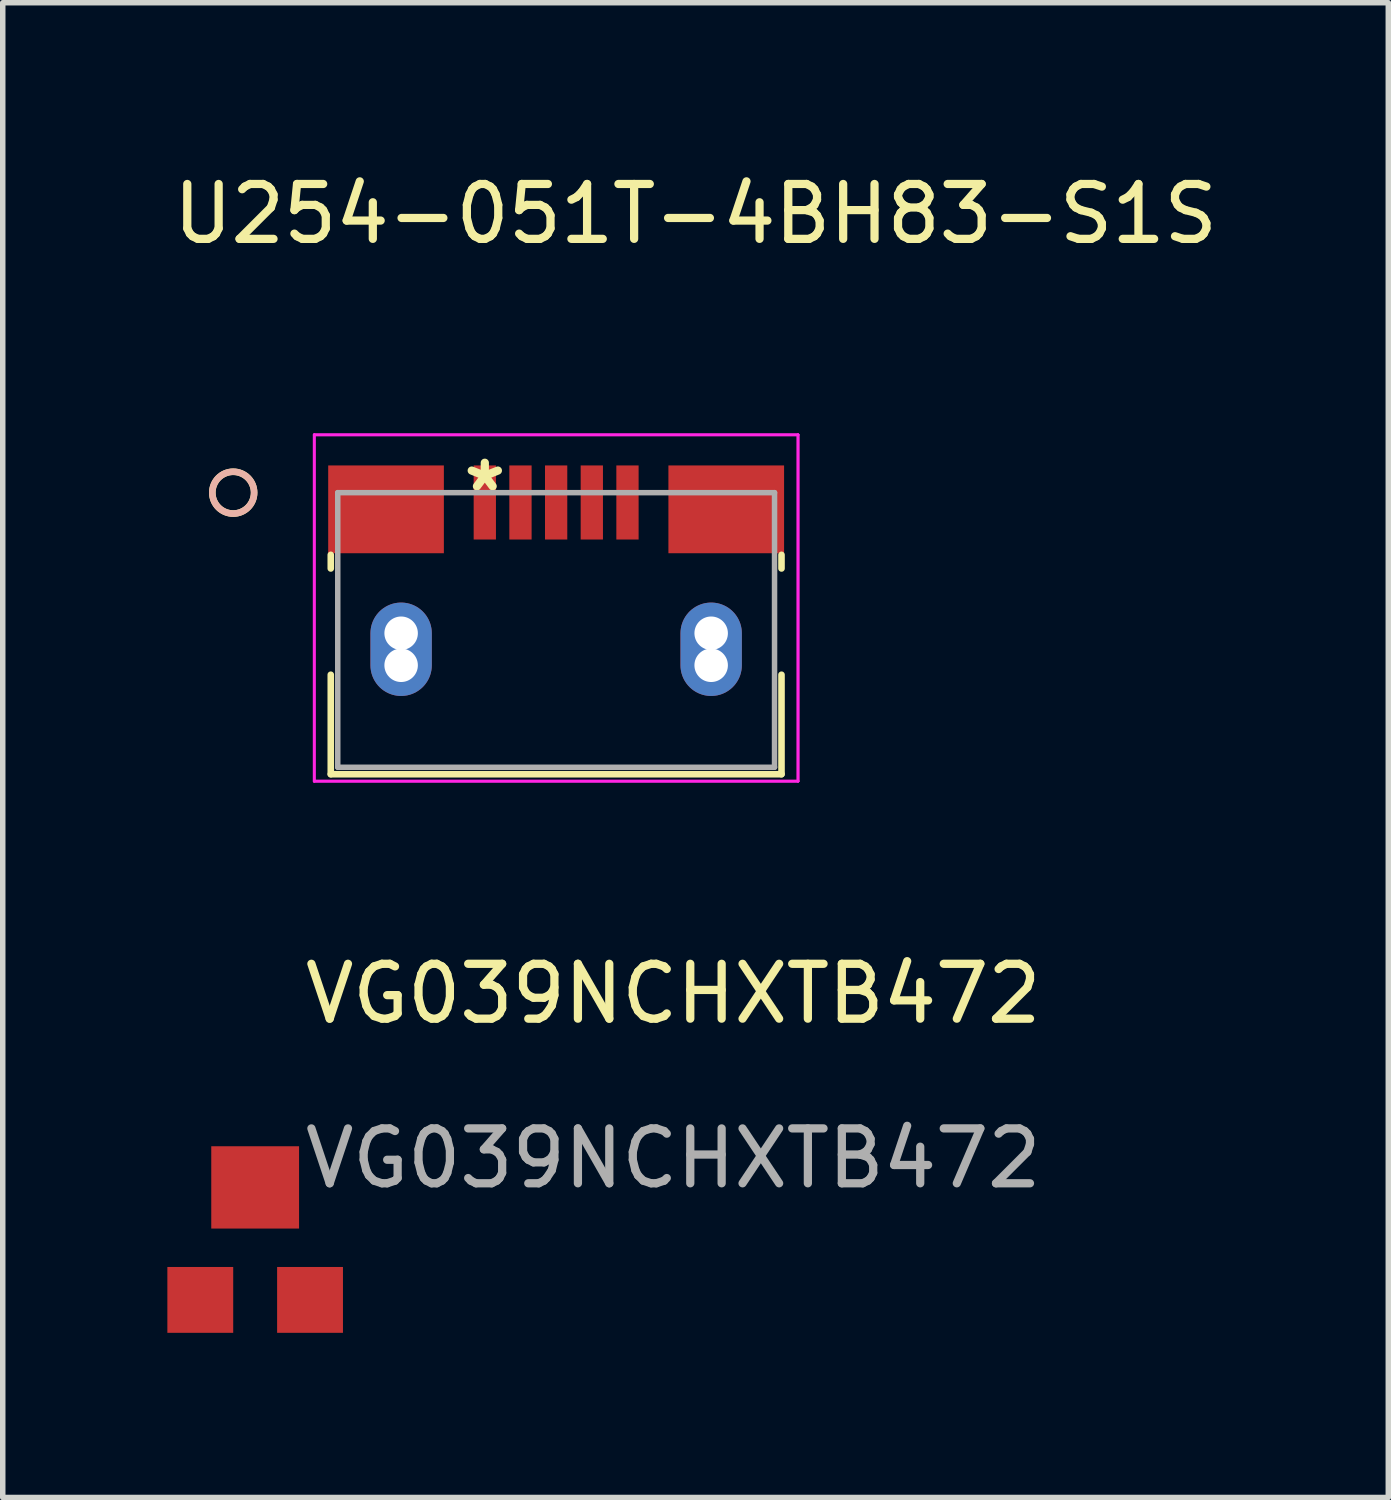
<source format=kicad_pcb>
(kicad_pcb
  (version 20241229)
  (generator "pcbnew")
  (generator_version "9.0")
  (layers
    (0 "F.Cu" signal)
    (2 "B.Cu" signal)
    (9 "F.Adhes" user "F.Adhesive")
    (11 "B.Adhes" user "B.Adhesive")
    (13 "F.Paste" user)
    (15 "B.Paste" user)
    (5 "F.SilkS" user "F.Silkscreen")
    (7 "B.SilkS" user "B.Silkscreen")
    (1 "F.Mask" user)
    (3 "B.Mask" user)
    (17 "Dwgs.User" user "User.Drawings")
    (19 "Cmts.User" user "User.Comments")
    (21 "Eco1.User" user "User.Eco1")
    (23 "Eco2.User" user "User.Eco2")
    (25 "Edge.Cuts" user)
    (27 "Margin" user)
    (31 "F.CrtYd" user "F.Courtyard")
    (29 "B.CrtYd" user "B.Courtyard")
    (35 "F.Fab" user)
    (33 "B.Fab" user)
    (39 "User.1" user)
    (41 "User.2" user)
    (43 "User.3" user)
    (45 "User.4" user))
  (footprint "U254-051T-4BH83-S1S"
    (layer "F.Cu")
    (at 5.785 5.928)
    (property "Reference" "U254-051T-4BH83-S1S" (at 3.84 -5.08 0) (layer "F.SilkS") (effects (font (size 1 1) (thickness 0.15))))
    (attr through_hole)
    (fp_line (start -2.807 1.133) (end -2.807 1.382) (stroke (width 0.12) (type solid)) (layer "F.SilkS"))
    (fp_line (start -2.807 3.318) (end -2.807 5.131) (stroke (width 0.12) (type solid)) (layer "F.SilkS"))
    (fp_line (start -2.807 5.131) (end 5.407 5.131) (stroke (width 0.12) (type solid)) (layer "F.SilkS"))
    (fp_line (start 5.407 1.382) (end 5.407 1.133) (stroke (width 0.12) (type solid)) (layer "F.SilkS"))
    (fp_line (start 5.407 5.131) (end 5.407 3.318) (stroke (width 0.12) (type solid)) (layer "F.SilkS"))
    (fp_circle (center -4.585 0) (end -4.204 0) (stroke (width 0.12) (type solid)) (fill no) (layer "F.SilkS"))
    (fp_circle (center -4.585 0) (end -4.204 0) (stroke (width 0.12) (type solid)) (fill no) (layer "B.SilkS"))
    (fp_line (start -3.108 -1.054) (end -3.108 5.258) (stroke (width 0.05) (type solid)) (layer "F.CrtYd"))
    (fp_line (start -3.108 -1.054) (end -3.108 5.258) (stroke (width 0.05) (type solid)) (layer "F.CrtYd"))
    (fp_line (start -3.108 5.258) (end 5.708 5.258) (stroke (width 0.05) (type solid)) (layer "F.CrtYd"))
    (fp_line (start -3.108 5.258) (end 5.708 5.258) (stroke (width 0.05) (type solid)) (layer "F.CrtYd"))
    (fp_line (start 5.708 -1.054) (end -3.108 -1.054) (stroke (width 0.05) (type solid)) (layer "F.CrtYd"))
    (fp_line (start 5.708 -1.054) (end -3.108 -1.054) (stroke (width 0.05) (type solid)) (layer "F.CrtYd"))
    (fp_line (start 5.708 5.258) (end 5.708 -1.054) (stroke (width 0.05) (type solid)) (layer "F.CrtYd"))
    (fp_line (start 5.708 5.258) (end 5.708 -1.054) (stroke (width 0.05) (type solid)) (layer "F.CrtYd"))
    (fp_line (start -2.68 0) (end -2.68 5.004) (stroke (width 0.1) (type solid)) (layer "F.Fab"))
    (fp_line (start -2.68 5.004) (end 5.28 5.004) (stroke (width 0.1) (type solid)) (layer "F.Fab"))
    (fp_line (start 5.28 0) (end -2.68 0) (stroke (width 0.1) (type solid)) (layer "F.Fab"))
    (fp_line (start 5.28 5.004) (end 5.28 0) (stroke (width 0.1) (type solid)) (layer "F.Fab"))
    (fp_text user "*" (at 0 0 0) (layer "F.SilkS") (effects (font (size 1 1) (thickness 0.15))))
    (pad "" np_thru_hole circle (at -1.525 2.562) (size 0.61 0.61) (drill 0.61) (layers "*.Cu" "*.Mask"))
    (pad "" np_thru_hole circle (at -1.525 3.146) (size 0.61 0.61) (drill 0.61) (layers "*.Cu" "*.Mask"))
    (pad "" np_thru_hole circle (at 4.125 2.562) (size 0.61 0.61) (drill 0.61) (layers "*.Cu" "*.Mask"))
    (pad "" np_thru_hole circle (at 4.125 3.146) (size 0.61 0.61) (drill 0.61) (layers "*.Cu" "*.Mask"))
    (pad "1" smd rect (at 0 0.179) (size 0.406 1.35) (layers "F.Cu" "F.Mask" "F.Paste"))
    (pad "2" smd rect (at 0.65 0.179) (size 0.406 1.35) (layers "F.Cu" "F.Mask" "F.Paste"))
    (pad "3" smd rect (at 1.3 0.179) (size 0.406 1.35) (layers "F.Cu" "F.Mask" "F.Paste"))
    (pad "4" smd rect (at 1.95 0.179) (size 0.406 1.35) (layers "F.Cu" "F.Mask" "F.Paste"))
    (pad "5" smd rect (at 2.6 0.179) (size 0.406 1.35) (layers "F.Cu" "F.Mask" "F.Paste"))
    (pad "6" smd rect (at -1.8 0.304) (size 2.108 1.6) (layers "F.Cu" "F.Mask" "F.Paste"))
    (pad "7" smd rect (at 4.4 0.304) (size 2.108 1.6) (layers "F.Cu" "F.Mask" "F.Paste"))
    (pad "8" thru_hole oval (at -1.525 2.854 90) (size 1.702 1.118) (drill 0.025) (layers "*.Cu" "*.Mask"))
    (pad "9" thru_hole oval (at 4.125 2.854 90) (size 1.702 1.118) (drill 0.025) (layers "*.Cu" "*.Mask")))
  (footprint "VG039NCHXTB472"
    (layer "F.Cu")
    (at 1.6 20.639)
    (property "Reference" "VG039NCHXTB472" (at 7.62 -5.58 0) (unlocked yes) (layer "F.SilkS") (effects (font (size 1 1) (thickness 0.15))))
    (attr smd)
    (fp_text user "${REFERENCE}" (at 7.62 -2.58 0) (unlocked yes) (layer "F.Fab") (effects (font (size 1 1) (thickness 0.15))))
    (pad "1" smd rect (at -1 0) (size 1.2 1.2) (layers "F.Cu" "F.Mask" "F.Paste"))
    (pad "2" smd rect (at 0 -2.05) (size 1.6 1.5) (layers "F.Cu" "F.Mask" "F.Paste"))
    (pad "3" smd rect (at 1 0) (size 1.2 1.2) (layers "F.Cu" "F.Mask" "F.Paste")))
  (gr_rect
    (start -3 -3)
    (end 22.25 24.239)
    (stroke (width 0.1) (type default))
    (fill no)
    (layer "Edge.Cuts")))
</source>
